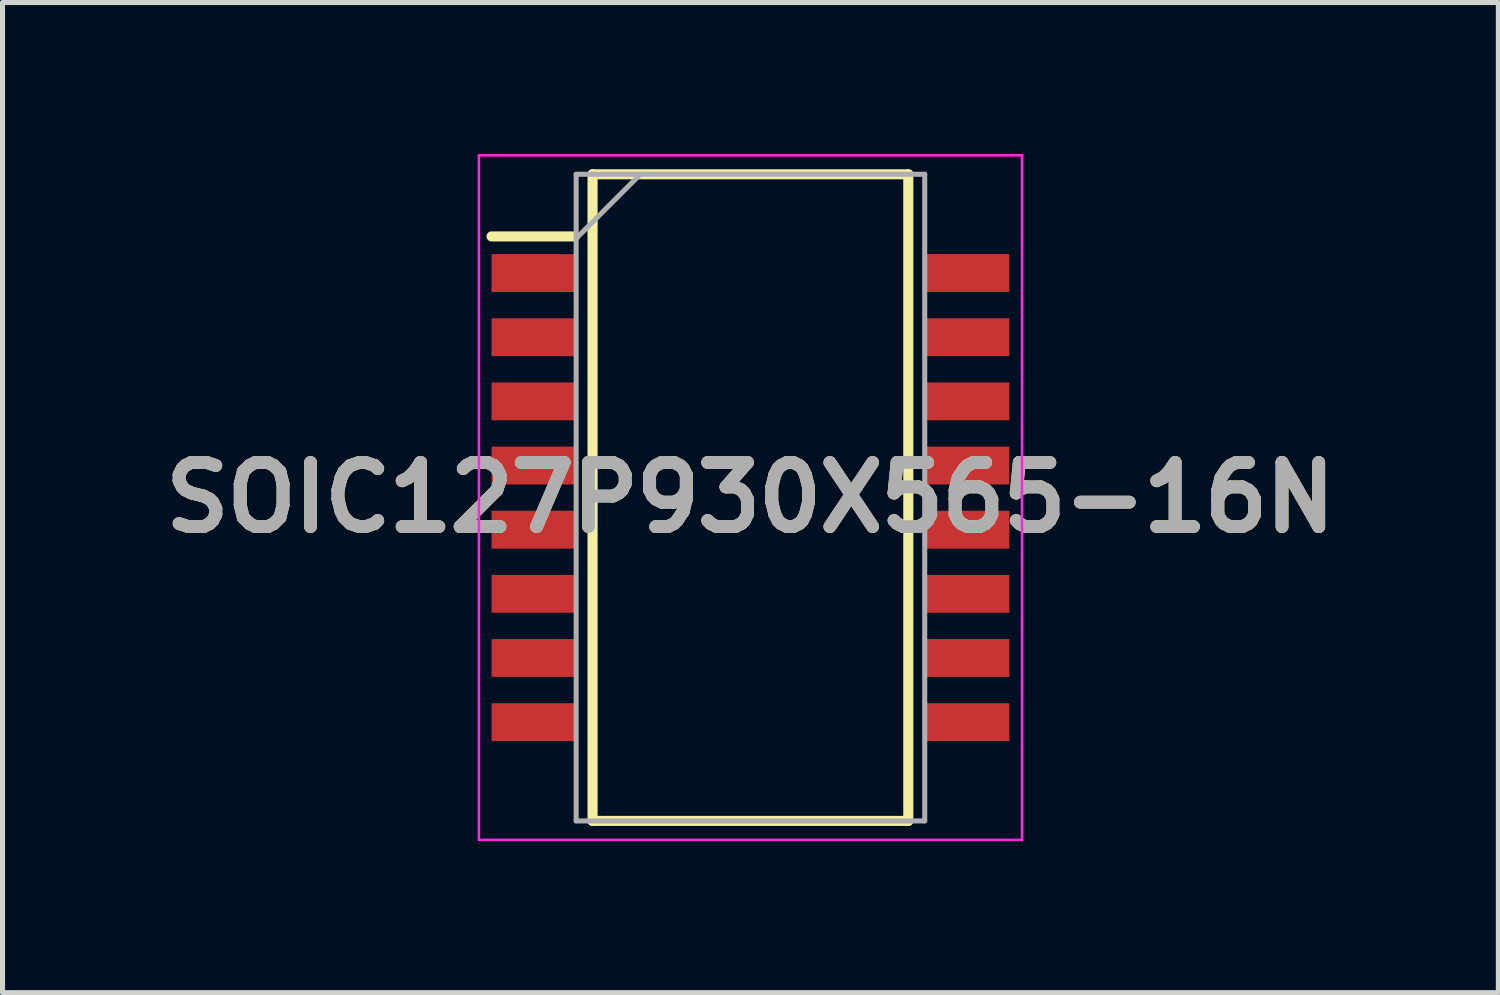
<source format=kicad_pcb>
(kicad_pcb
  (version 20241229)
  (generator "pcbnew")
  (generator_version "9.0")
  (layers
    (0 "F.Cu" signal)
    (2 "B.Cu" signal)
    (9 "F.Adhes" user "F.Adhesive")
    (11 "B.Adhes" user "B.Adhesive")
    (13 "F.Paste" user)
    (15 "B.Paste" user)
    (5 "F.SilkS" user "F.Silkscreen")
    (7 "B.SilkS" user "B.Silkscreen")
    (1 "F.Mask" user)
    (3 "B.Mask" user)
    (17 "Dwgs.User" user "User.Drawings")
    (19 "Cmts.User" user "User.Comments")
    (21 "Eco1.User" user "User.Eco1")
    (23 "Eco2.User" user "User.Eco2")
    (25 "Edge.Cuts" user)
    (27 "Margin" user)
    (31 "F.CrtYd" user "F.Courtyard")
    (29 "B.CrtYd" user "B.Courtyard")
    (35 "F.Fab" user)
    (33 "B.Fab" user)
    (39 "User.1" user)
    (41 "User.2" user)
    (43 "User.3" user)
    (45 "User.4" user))
  (footprint "SOIC127P930X565-16N"
    (layer "F.Cu")
    (at 11.805 6.8)
    (property "Reference" "SOIC127P930X565-16N" (at 0 0 0) (layer "F.SilkS") (effects (font (size 1.27 1.27) (thickness 0.254))))
    (attr smd)
    (fp_line (start -5.125 -5.17) (end -3.475 -5.17) (stroke (width 0.2) (type solid)) (layer "F.SilkS"))
    (fp_line (start -3.125 -6.4) (end 3.125 -6.4) (stroke (width 0.2) (type solid)) (layer "F.SilkS"))
    (fp_line (start -3.125 6.4) (end -3.125 -6.4) (stroke (width 0.2) (type solid)) (layer "F.SilkS"))
    (fp_line (start 3.125 -6.4) (end 3.125 6.4) (stroke (width 0.2) (type solid)) (layer "F.SilkS"))
    (fp_line (start 3.125 6.4) (end -3.125 6.4) (stroke (width 0.2) (type solid)) (layer "F.SilkS"))
    (fp_line (start -5.375 -6.775) (end 5.375 -6.775) (stroke (width 0.05) (type solid)) (layer "F.CrtYd"))
    (fp_line (start -5.375 6.775) (end -5.375 -6.775) (stroke (width 0.05) (type solid)) (layer "F.CrtYd"))
    (fp_line (start 5.375 -6.775) (end 5.375 6.775) (stroke (width 0.05) (type solid)) (layer "F.CrtYd"))
    (fp_line (start 5.375 6.775) (end -5.375 6.775) (stroke (width 0.05) (type solid)) (layer "F.CrtYd"))
    (fp_line (start -3.45 -6.4) (end 3.45 -6.4) (stroke (width 0.1) (type solid)) (layer "F.Fab"))
    (fp_line (start -3.45 -5.13) (end -2.18 -6.4) (stroke (width 0.1) (type solid)) (layer "F.Fab"))
    (fp_line (start -3.45 6.4) (end -3.45 -6.4) (stroke (width 0.1) (type solid)) (layer "F.Fab"))
    (fp_line (start 3.45 -6.4) (end 3.45 6.4) (stroke (width 0.1) (type solid)) (layer "F.Fab"))
    (fp_line (start 3.45 6.4) (end -3.45 6.4) (stroke (width 0.1) (type solid)) (layer "F.Fab"))
    (fp_text user "${REFERENCE}" (at 0 0 0) (layer "F.Fab") (effects (font (size 1.27 1.27) (thickness 0.254))))
    (pad "1" smd rect (at -4.3 -4.445 90) (size 0.75 1.65) (layers "F.Cu" "F.Mask" "F.Paste"))
    (pad "2" smd rect (at -4.3 -3.175 90) (size 0.75 1.65) (layers "F.Cu" "F.Mask" "F.Paste"))
    (pad "3" smd rect (at -4.3 -1.905 90) (size 0.75 1.65) (layers "F.Cu" "F.Mask" "F.Paste"))
    (pad "4" smd rect (at -4.3 -0.635 90) (size 0.75 1.65) (layers "F.Cu" "F.Mask" "F.Paste"))
    (pad "5" smd rect (at -4.3 0.635 90) (size 0.75 1.65) (layers "F.Cu" "F.Mask" "F.Paste"))
    (pad "6" smd rect (at -4.3 1.905 90) (size 0.75 1.65) (layers "F.Cu" "F.Mask" "F.Paste"))
    (pad "7" smd rect (at -4.3 3.175 90) (size 0.75 1.65) (layers "F.Cu" "F.Mask" "F.Paste"))
    (pad "8" smd rect (at -4.3 4.445 90) (size 0.75 1.65) (layers "F.Cu" "F.Mask" "F.Paste"))
    (pad "9" smd rect (at 4.3 4.445 90) (size 0.75 1.65) (layers "F.Cu" "F.Mask" "F.Paste"))
    (pad "10" smd rect (at 4.3 3.175 90) (size 0.75 1.65) (layers "F.Cu" "F.Mask" "F.Paste"))
    (pad "11" smd rect (at 4.3 1.905 90) (size 0.75 1.65) (layers "F.Cu" "F.Mask" "F.Paste"))
    (pad "12" smd rect (at 4.3 0.635 90) (size 0.75 1.65) (layers "F.Cu" "F.Mask" "F.Paste"))
    (pad "13" smd rect (at 4.3 -0.635 90) (size 0.75 1.65) (layers "F.Cu" "F.Mask" "F.Paste"))
    (pad "14" smd rect (at 4.3 -1.905 90) (size 0.75 1.65) (layers "F.Cu" "F.Mask" "F.Paste"))
    (pad "15" smd rect (at 4.3 -3.175 90) (size 0.75 1.65) (layers "F.Cu" "F.Mask" "F.Paste"))
    (pad "16" smd rect (at 4.3 -4.445 90) (size 0.75 1.65) (layers "F.Cu" "F.Mask" "F.Paste")))
  (gr_rect
    (start -3 -3)
    (end 26.61 16.6)
    (stroke (width 0.1) (type default))
    (fill no)
    (layer "Edge.Cuts")))
</source>
